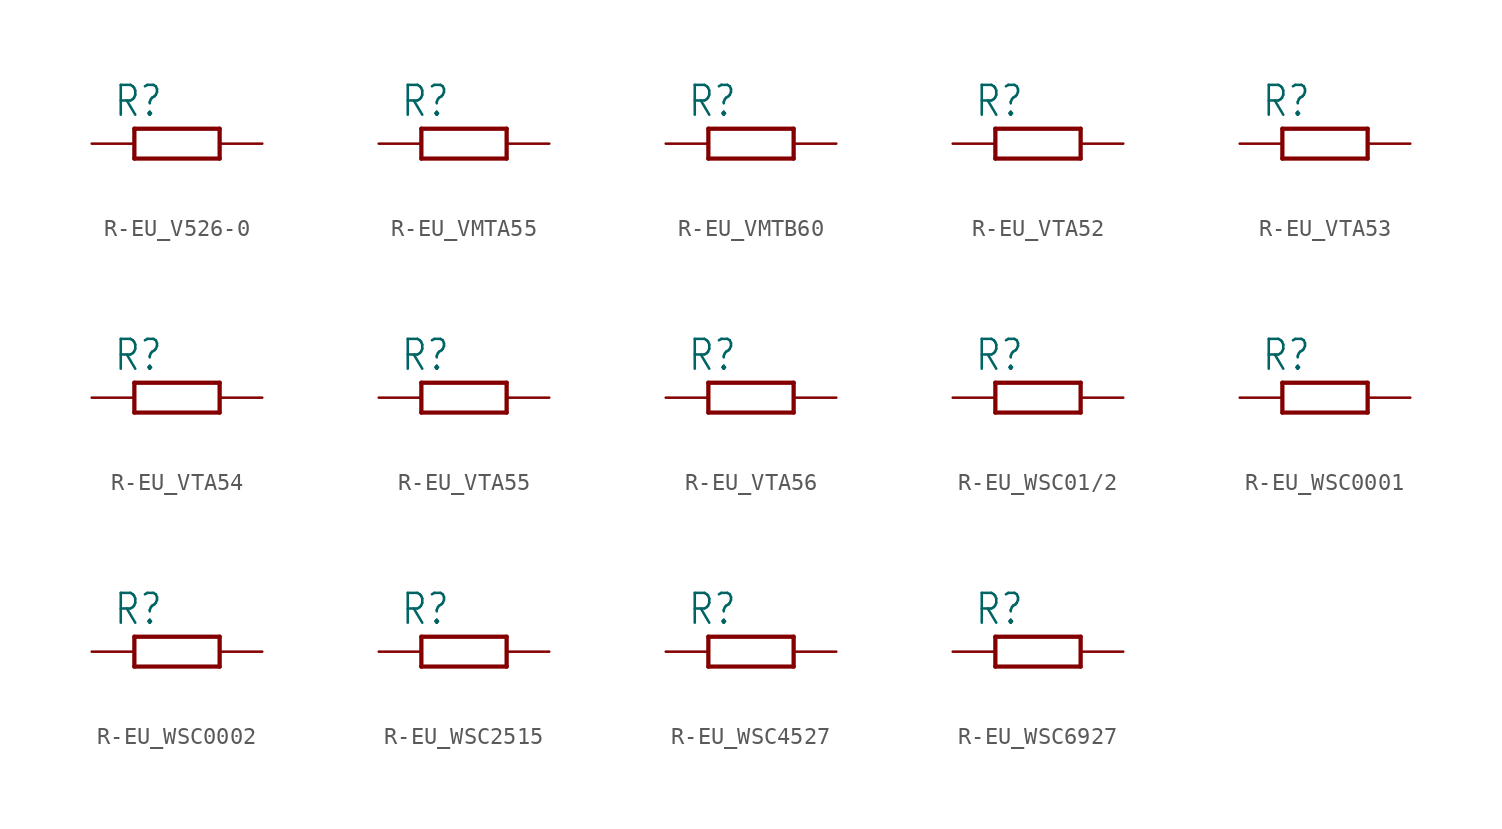
<source format=kicad_sym>
(kicad_symbol_lib
  (version 20241209)
  (generator "kicad_symbol_editor")
  (generator_version "9.0")
  (symbol "R-EU_V526-0"
    (property "Reference" "R"
      (at -3.81 1.499 0)
      (effects (font (size 1.778 1.511)) (justify left bottom)))
    (property "Value" ""
      (at -3.81 -3.302 0)
      (effects (font (size 1.778 1.511)) (justify left bottom)))
    (property "ki_locked" ""
      (at 0 0 0)
      (effects (font (size 1.27 1.27))))
    (symbol "R-EU_V526-0_1_0"
      (polyline (pts (xy -2.54 -0.889) (xy -2.54 0.889)) (stroke (width 0.254) (type solid)) (fill (type none)))
      (polyline (pts (xy -2.54 -0.889) (xy 2.54 -0.889)) (stroke (width 0.254) (type solid)) (fill (type none)))
      (polyline (pts (xy 2.54 0.889) (xy -2.54 0.889)) (stroke (width 0.254) (type solid)) (fill (type none)))
      (polyline (pts (xy 2.54 -0.889) (xy 2.54 0.889)) (stroke (width 0.254) (type solid)) (fill (type none)))
      (pin passive line (at -5.08 0 0) (length 2.54) (name "1" (effects (font (size 0 0)))) (number "1" (effects (font (size 0 0)))))
      (pin passive line (at 5.08 0 180) (length 2.54) (name "2" (effects (font (size 0 0)))) (number "2" (effects (font (size 0 0)))))))
  (symbol "R-EU_VMTA55"
    (property "Reference" "R"
      (at -3.81 1.499 0)
      (effects (font (size 1.778 1.511)) (justify left bottom)))
    (property "Value" ""
      (at -3.81 -3.302 0)
      (effects (font (size 1.778 1.511)) (justify left bottom)))
    (property "ki_locked" ""
      (at 0 0 0)
      (effects (font (size 1.27 1.27))))
    (symbol "R-EU_VMTA55_1_0"
      (polyline (pts (xy -2.54 -0.889) (xy -2.54 0.889)) (stroke (width 0.254) (type solid)) (fill (type none)))
      (polyline (pts (xy -2.54 -0.889) (xy 2.54 -0.889)) (stroke (width 0.254) (type solid)) (fill (type none)))
      (polyline (pts (xy 2.54 0.889) (xy -2.54 0.889)) (stroke (width 0.254) (type solid)) (fill (type none)))
      (polyline (pts (xy 2.54 -0.889) (xy 2.54 0.889)) (stroke (width 0.254) (type solid)) (fill (type none)))
      (pin passive line (at -5.08 0 0) (length 2.54) (name "1" (effects (font (size 0 0)))) (number "1" (effects (font (size 0 0)))))
      (pin passive line (at 5.08 0 180) (length 2.54) (name "2" (effects (font (size 0 0)))) (number "2" (effects (font (size 0 0)))))))
  (symbol "R-EU_VMTB60"
    (property "Reference" "R"
      (at -3.81 1.499 0)
      (effects (font (size 1.778 1.511)) (justify left bottom)))
    (property "Value" ""
      (at -3.81 -3.302 0)
      (effects (font (size 1.778 1.511)) (justify left bottom)))
    (property "ki_locked" ""
      (at 0 0 0)
      (effects (font (size 1.27 1.27))))
    (symbol "R-EU_VMTB60_1_0"
      (polyline (pts (xy -2.54 -0.889) (xy -2.54 0.889)) (stroke (width 0.254) (type solid)) (fill (type none)))
      (polyline (pts (xy -2.54 -0.889) (xy 2.54 -0.889)) (stroke (width 0.254) (type solid)) (fill (type none)))
      (polyline (pts (xy 2.54 0.889) (xy -2.54 0.889)) (stroke (width 0.254) (type solid)) (fill (type none)))
      (polyline (pts (xy 2.54 -0.889) (xy 2.54 0.889)) (stroke (width 0.254) (type solid)) (fill (type none)))
      (pin passive line (at -5.08 0 0) (length 2.54) (name "1" (effects (font (size 0 0)))) (number "1" (effects (font (size 0 0)))))
      (pin passive line (at 5.08 0 180) (length 2.54) (name "2" (effects (font (size 0 0)))) (number "2" (effects (font (size 0 0)))))))
  (symbol "R-EU_VTA52"
    (property "Reference" "R"
      (at -3.81 1.499 0)
      (effects (font (size 1.778 1.511)) (justify left bottom)))
    (property "Value" ""
      (at -3.81 -3.302 0)
      (effects (font (size 1.778 1.511)) (justify left bottom)))
    (property "ki_locked" ""
      (at 0 0 0)
      (effects (font (size 1.27 1.27))))
    (symbol "R-EU_VTA52_1_0"
      (polyline (pts (xy -2.54 -0.889) (xy -2.54 0.889)) (stroke (width 0.254) (type solid)) (fill (type none)))
      (polyline (pts (xy -2.54 -0.889) (xy 2.54 -0.889)) (stroke (width 0.254) (type solid)) (fill (type none)))
      (polyline (pts (xy 2.54 0.889) (xy -2.54 0.889)) (stroke (width 0.254) (type solid)) (fill (type none)))
      (polyline (pts (xy 2.54 -0.889) (xy 2.54 0.889)) (stroke (width 0.254) (type solid)) (fill (type none)))
      (pin passive line (at -5.08 0 0) (length 2.54) (name "1" (effects (font (size 0 0)))) (number "1" (effects (font (size 0 0)))))
      (pin passive line (at 5.08 0 180) (length 2.54) (name "2" (effects (font (size 0 0)))) (number "2" (effects (font (size 0 0)))))))
  (symbol "R-EU_VTA53"
    (property "Reference" "R"
      (at -3.81 1.499 0)
      (effects (font (size 1.778 1.511)) (justify left bottom)))
    (property "Value" ""
      (at -3.81 -3.302 0)
      (effects (font (size 1.778 1.511)) (justify left bottom)))
    (property "ki_locked" ""
      (at 0 0 0)
      (effects (font (size 1.27 1.27))))
    (symbol "R-EU_VTA53_1_0"
      (polyline (pts (xy -2.54 -0.889) (xy -2.54 0.889)) (stroke (width 0.254) (type solid)) (fill (type none)))
      (polyline (pts (xy -2.54 -0.889) (xy 2.54 -0.889)) (stroke (width 0.254) (type solid)) (fill (type none)))
      (polyline (pts (xy 2.54 0.889) (xy -2.54 0.889)) (stroke (width 0.254) (type solid)) (fill (type none)))
      (polyline (pts (xy 2.54 -0.889) (xy 2.54 0.889)) (stroke (width 0.254) (type solid)) (fill (type none)))
      (pin passive line (at -5.08 0 0) (length 2.54) (name "1" (effects (font (size 0 0)))) (number "1" (effects (font (size 0 0)))))
      (pin passive line (at 5.08 0 180) (length 2.54) (name "2" (effects (font (size 0 0)))) (number "2" (effects (font (size 0 0)))))))
  (symbol "R-EU_VTA54"
    (property "Reference" "R"
      (at -3.81 1.499 0)
      (effects (font (size 1.778 1.511)) (justify left bottom)))
    (property "Value" ""
      (at -3.81 -3.302 0)
      (effects (font (size 1.778 1.511)) (justify left bottom)))
    (property "ki_locked" ""
      (at 0 0 0)
      (effects (font (size 1.27 1.27))))
    (symbol "R-EU_VTA54_1_0"
      (polyline (pts (xy -2.54 -0.889) (xy -2.54 0.889)) (stroke (width 0.254) (type solid)) (fill (type none)))
      (polyline (pts (xy -2.54 -0.889) (xy 2.54 -0.889)) (stroke (width 0.254) (type solid)) (fill (type none)))
      (polyline (pts (xy 2.54 0.889) (xy -2.54 0.889)) (stroke (width 0.254) (type solid)) (fill (type none)))
      (polyline (pts (xy 2.54 -0.889) (xy 2.54 0.889)) (stroke (width 0.254) (type solid)) (fill (type none)))
      (pin passive line (at -5.08 0 0) (length 2.54) (name "1" (effects (font (size 0 0)))) (number "1" (effects (font (size 0 0)))))
      (pin passive line (at 5.08 0 180) (length 2.54) (name "2" (effects (font (size 0 0)))) (number "2" (effects (font (size 0 0)))))))
  (symbol "R-EU_VTA55"
    (property "Reference" "R"
      (at -3.81 1.499 0)
      (effects (font (size 1.778 1.511)) (justify left bottom)))
    (property "Value" ""
      (at -3.81 -3.302 0)
      (effects (font (size 1.778 1.511)) (justify left bottom)))
    (property "ki_locked" ""
      (at 0 0 0)
      (effects (font (size 1.27 1.27))))
    (symbol "R-EU_VTA55_1_0"
      (polyline (pts (xy -2.54 -0.889) (xy -2.54 0.889)) (stroke (width 0.254) (type solid)) (fill (type none)))
      (polyline (pts (xy -2.54 -0.889) (xy 2.54 -0.889)) (stroke (width 0.254) (type solid)) (fill (type none)))
      (polyline (pts (xy 2.54 0.889) (xy -2.54 0.889)) (stroke (width 0.254) (type solid)) (fill (type none)))
      (polyline (pts (xy 2.54 -0.889) (xy 2.54 0.889)) (stroke (width 0.254) (type solid)) (fill (type none)))
      (pin passive line (at -5.08 0 0) (length 2.54) (name "1" (effects (font (size 0 0)))) (number "1" (effects (font (size 0 0)))))
      (pin passive line (at 5.08 0 180) (length 2.54) (name "2" (effects (font (size 0 0)))) (number "2" (effects (font (size 0 0)))))))
  (symbol "R-EU_VTA56"
    (property "Reference" "R"
      (at -3.81 1.499 0)
      (effects (font (size 1.778 1.511)) (justify left bottom)))
    (property "Value" ""
      (at -3.81 -3.302 0)
      (effects (font (size 1.778 1.511)) (justify left bottom)))
    (property "ki_locked" ""
      (at 0 0 0)
      (effects (font (size 1.27 1.27))))
    (symbol "R-EU_VTA56_1_0"
      (polyline (pts (xy -2.54 -0.889) (xy -2.54 0.889)) (stroke (width 0.254) (type solid)) (fill (type none)))
      (polyline (pts (xy -2.54 -0.889) (xy 2.54 -0.889)) (stroke (width 0.254) (type solid)) (fill (type none)))
      (polyline (pts (xy 2.54 0.889) (xy -2.54 0.889)) (stroke (width 0.254) (type solid)) (fill (type none)))
      (polyline (pts (xy 2.54 -0.889) (xy 2.54 0.889)) (stroke (width 0.254) (type solid)) (fill (type none)))
      (pin passive line (at -5.08 0 0) (length 2.54) (name "1" (effects (font (size 0 0)))) (number "1" (effects (font (size 0 0)))))
      (pin passive line (at 5.08 0 180) (length 2.54) (name "2" (effects (font (size 0 0)))) (number "2" (effects (font (size 0 0)))))))
  (symbol "R-EU_WSC01/2"
    (property "Reference" "R"
      (at -3.81 1.499 0)
      (effects (font (size 1.778 1.511)) (justify left bottom)))
    (property "Value" ""
      (at -3.81 -3.302 0)
      (effects (font (size 1.778 1.511)) (justify left bottom)))
    (property "ki_locked" ""
      (at 0 0 0)
      (effects (font (size 1.27 1.27))))
    (symbol "R-EU_WSC01/2_1_0"
      (polyline (pts (xy -2.54 -0.889) (xy -2.54 0.889)) (stroke (width 0.254) (type solid)) (fill (type none)))
      (polyline (pts (xy -2.54 -0.889) (xy 2.54 -0.889)) (stroke (width 0.254) (type solid)) (fill (type none)))
      (polyline (pts (xy 2.54 0.889) (xy -2.54 0.889)) (stroke (width 0.254) (type solid)) (fill (type none)))
      (polyline (pts (xy 2.54 -0.889) (xy 2.54 0.889)) (stroke (width 0.254) (type solid)) (fill (type none)))
      (pin passive line (at -5.08 0 0) (length 2.54) (name "1" (effects (font (size 0 0)))) (number "1" (effects (font (size 0 0)))))
      (pin passive line (at 5.08 0 180) (length 2.54) (name "2" (effects (font (size 0 0)))) (number "2" (effects (font (size 0 0)))))))
  (symbol "R-EU_WSC0001"
    (property "Reference" "R"
      (at -3.81 1.499 0)
      (effects (font (size 1.778 1.511)) (justify left bottom)))
    (property "Value" ""
      (at -3.81 -3.302 0)
      (effects (font (size 1.778 1.511)) (justify left bottom)))
    (property "ki_locked" ""
      (at 0 0 0)
      (effects (font (size 1.27 1.27))))
    (symbol "R-EU_WSC0001_1_0"
      (polyline (pts (xy -2.54 -0.889) (xy -2.54 0.889)) (stroke (width 0.254) (type solid)) (fill (type none)))
      (polyline (pts (xy -2.54 -0.889) (xy 2.54 -0.889)) (stroke (width 0.254) (type solid)) (fill (type none)))
      (polyline (pts (xy 2.54 0.889) (xy -2.54 0.889)) (stroke (width 0.254) (type solid)) (fill (type none)))
      (polyline (pts (xy 2.54 -0.889) (xy 2.54 0.889)) (stroke (width 0.254) (type solid)) (fill (type none)))
      (pin passive line (at -5.08 0 0) (length 2.54) (name "1" (effects (font (size 0 0)))) (number "1" (effects (font (size 0 0)))))
      (pin passive line (at 5.08 0 180) (length 2.54) (name "2" (effects (font (size 0 0)))) (number "2" (effects (font (size 0 0)))))))
  (symbol "R-EU_WSC0002"
    (property "Reference" "R"
      (at -3.81 1.499 0)
      (effects (font (size 1.778 1.511)) (justify left bottom)))
    (property "Value" ""
      (at -3.81 -3.302 0)
      (effects (font (size 1.778 1.511)) (justify left bottom)))
    (property "ki_locked" ""
      (at 0 0 0)
      (effects (font (size 1.27 1.27))))
    (symbol "R-EU_WSC0002_1_0"
      (polyline (pts (xy -2.54 -0.889) (xy -2.54 0.889)) (stroke (width 0.254) (type solid)) (fill (type none)))
      (polyline (pts (xy -2.54 -0.889) (xy 2.54 -0.889)) (stroke (width 0.254) (type solid)) (fill (type none)))
      (polyline (pts (xy 2.54 0.889) (xy -2.54 0.889)) (stroke (width 0.254) (type solid)) (fill (type none)))
      (polyline (pts (xy 2.54 -0.889) (xy 2.54 0.889)) (stroke (width 0.254) (type solid)) (fill (type none)))
      (pin passive line (at -5.08 0 0) (length 2.54) (name "1" (effects (font (size 0 0)))) (number "1" (effects (font (size 0 0)))))
      (pin passive line (at 5.08 0 180) (length 2.54) (name "2" (effects (font (size 0 0)))) (number "2" (effects (font (size 0 0)))))))
  (symbol "R-EU_WSC2515"
    (property "Reference" "R"
      (at -3.81 1.499 0)
      (effects (font (size 1.778 1.511)) (justify left bottom)))
    (property "Value" ""
      (at -3.81 -3.302 0)
      (effects (font (size 1.778 1.511)) (justify left bottom)))
    (property "ki_locked" ""
      (at 0 0 0)
      (effects (font (size 1.27 1.27))))
    (symbol "R-EU_WSC2515_1_0"
      (polyline (pts (xy -2.54 -0.889) (xy -2.54 0.889)) (stroke (width 0.254) (type solid)) (fill (type none)))
      (polyline (pts (xy -2.54 -0.889) (xy 2.54 -0.889)) (stroke (width 0.254) (type solid)) (fill (type none)))
      (polyline (pts (xy 2.54 0.889) (xy -2.54 0.889)) (stroke (width 0.254) (type solid)) (fill (type none)))
      (polyline (pts (xy 2.54 -0.889) (xy 2.54 0.889)) (stroke (width 0.254) (type solid)) (fill (type none)))
      (pin passive line (at -5.08 0 0) (length 2.54) (name "1" (effects (font (size 0 0)))) (number "1" (effects (font (size 0 0)))))
      (pin passive line (at 5.08 0 180) (length 2.54) (name "2" (effects (font (size 0 0)))) (number "2" (effects (font (size 0 0)))))))
  (symbol "R-EU_WSC4527"
    (property "Reference" "R"
      (at -3.81 1.499 0)
      (effects (font (size 1.778 1.511)) (justify left bottom)))
    (property "Value" ""
      (at -3.81 -3.302 0)
      (effects (font (size 1.778 1.511)) (justify left bottom)))
    (property "ki_locked" ""
      (at 0 0 0)
      (effects (font (size 1.27 1.27))))
    (symbol "R-EU_WSC4527_1_0"
      (polyline (pts (xy -2.54 -0.889) (xy -2.54 0.889)) (stroke (width 0.254) (type solid)) (fill (type none)))
      (polyline (pts (xy -2.54 -0.889) (xy 2.54 -0.889)) (stroke (width 0.254) (type solid)) (fill (type none)))
      (polyline (pts (xy 2.54 0.889) (xy -2.54 0.889)) (stroke (width 0.254) (type solid)) (fill (type none)))
      (polyline (pts (xy 2.54 -0.889) (xy 2.54 0.889)) (stroke (width 0.254) (type solid)) (fill (type none)))
      (pin passive line (at -5.08 0 0) (length 2.54) (name "1" (effects (font (size 0 0)))) (number "1" (effects (font (size 0 0)))))
      (pin passive line (at 5.08 0 180) (length 2.54) (name "2" (effects (font (size 0 0)))) (number "2" (effects (font (size 0 0)))))))
  (symbol "R-EU_WSC6927"
    (property "Reference" "R"
      (at -3.81 1.499 0)
      (effects (font (size 1.778 1.511)) (justify left bottom)))
    (property "Value" ""
      (at -3.81 -3.302 0)
      (effects (font (size 1.778 1.511)) (justify left bottom)))
    (property "ki_locked" ""
      (at 0 0 0)
      (effects (font (size 1.27 1.27))))
    (symbol "R-EU_WSC6927_1_0"
      (polyline (pts (xy -2.54 -0.889) (xy -2.54 0.889)) (stroke (width 0.254) (type solid)) (fill (type none)))
      (polyline (pts (xy -2.54 -0.889) (xy 2.54 -0.889)) (stroke (width 0.254) (type solid)) (fill (type none)))
      (polyline (pts (xy 2.54 0.889) (xy -2.54 0.889)) (stroke (width 0.254) (type solid)) (fill (type none)))
      (polyline (pts (xy 2.54 -0.889) (xy 2.54 0.889)) (stroke (width 0.254) (type solid)) (fill (type none)))
      (pin passive line (at -5.08 0 0) (length 2.54) (name "1" (effects (font (size 0 0)))) (number "1" (effects (font (size 0 0)))))
      (pin passive line (at 5.08 0 180) (length 2.54) (name "2" (effects (font (size 0 0)))) (number "2" (effects (font (size 0 0))))))))
</source>
